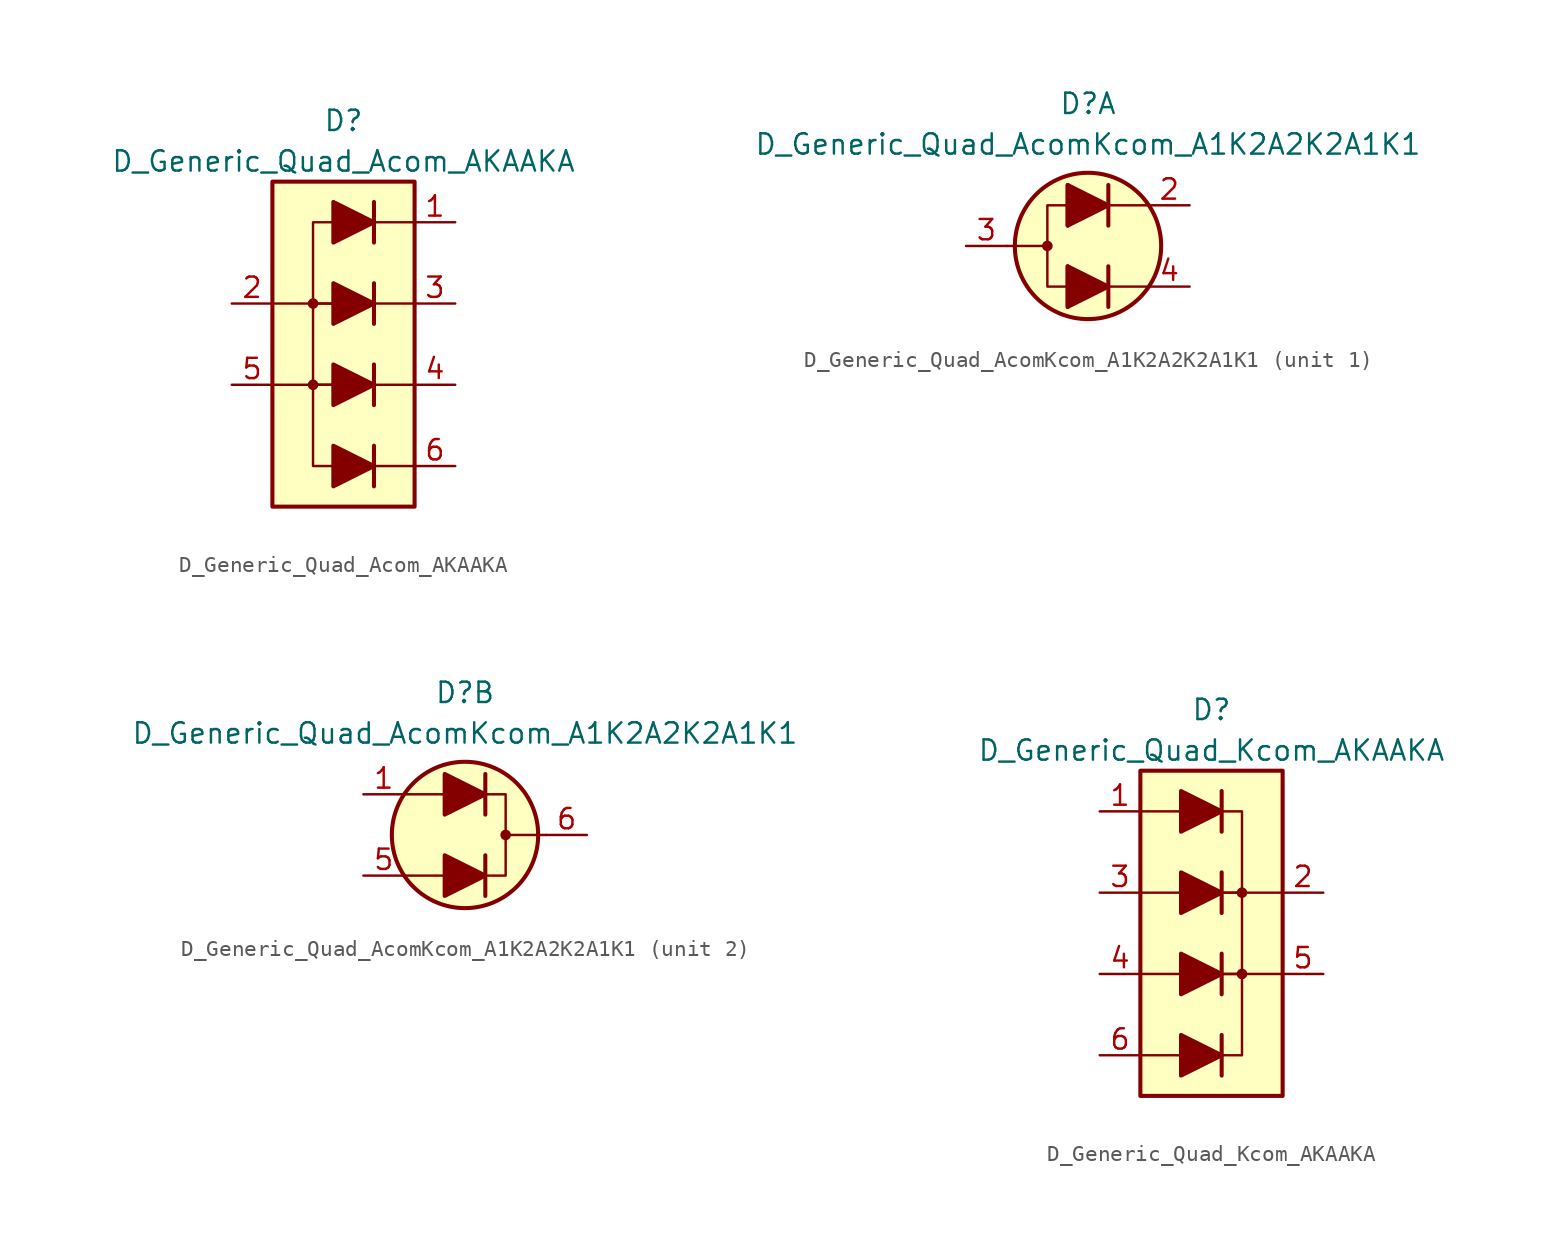
<source format=kicad_sym>
(kicad_symbol_lib
  (version 20211014)
  (generator kicad_symbol_editor)
  (symbol "D_Generic_Quad_Acom_AKAAKA"
    (pin_names
      (offset 1.016) hide)
    (property "Reference" "D"
      (at 0 13.97 0)
      (effects (font (size 1.27 1.27))))
    (property "Value" "D_Generic_Quad_Acom_AKAAKA"
      (at 0 11.43 0)
      (effects (font (size 1.27 1.27))))
    (symbol "D_Generic_Quad_Acom_AKAAKA_0_1"
      (polyline (pts (xy -4.445 2.54) (xy -1.905 2.54)) (stroke (width 0) (type default) (color 0 0 0 0)) (fill (type none)))
      (polyline (pts (xy 1.905 -2.54) (xy 4.445 -2.54)) (stroke (width 0) (type default) (color 0 0 0 0)) (fill (type none)))
      (polyline (pts (xy 1.905 -1.27) (xy 1.905 -3.81)) (stroke (width 0.254) (type default) (color 0 0 0 0)) (fill (type none)))
      (polyline (pts (xy 1.905 2.54) (xy 4.445 2.54)) (stroke (width 0) (type default) (color 0 0 0 0)) (fill (type none)))
      (polyline (pts (xy 1.905 3.81) (xy 1.905 1.27)) (stroke (width 0.254) (type default) (color 0 0 0 0)) (fill (type none)))
      (polyline (pts (xy -0.635 -2.54) (xy -1.905 -2.54) (xy -1.905 2.54) (xy -0.635 2.54)) (stroke (width 0) (type default) (color 0 0 0 0)) (fill (type none)))
      (rectangle (start 4.445 10.16) (end -4.445 -10.16) (stroke (width 0.254) (type default) (color 0 0 0 0)) (fill (type background))))
    (symbol "D_Generic_Quad_Acom_AKAAKA_1_1"
      (circle (center -1.905 -2.54) (radius 0.254) (stroke (width 0) (type default) (color 0 0 0 0)) (fill (type outline)))
      (circle (center -1.905 2.54) (radius 0.254) (stroke (width 0) (type default) (color 0 0 0 0)) (fill (type outline)))
      (polyline (pts (xy -4.445 -2.54) (xy -1.905 -2.54)) (stroke (width 0) (type default) (color 0 0 0 0)) (fill (type none)))
      (polyline (pts (xy -0.635 -7.62) (xy 1.905 -7.62)) (stroke (width 0) (type default) (color 0 0 0 0)) (fill (type none)))
      (polyline (pts (xy -0.635 -2.54) (xy 1.905 -2.54)) (stroke (width 0) (type default) (color 0 0 0 0)) (fill (type none)))
      (polyline (pts (xy -0.635 2.54) (xy 1.905 2.54)) (stroke (width 0) (type default) (color 0 0 0 0)) (fill (type none)))
      (polyline (pts (xy -0.635 7.62) (xy 1.905 7.62)) (stroke (width 0) (type default) (color 0 0 0 0)) (fill (type none)))
      (polyline (pts (xy 1.905 -7.62) (xy 4.445 -7.62)) (stroke (width 0) (type default) (color 0 0 0 0)) (fill (type none)))
      (polyline (pts (xy 1.905 -6.35) (xy 1.905 -8.89)) (stroke (width 0.254) (type default) (color 0 0 0 0)) (fill (type none)))
      (polyline (pts (xy 1.905 7.62) (xy 4.445 7.62)) (stroke (width 0) (type default) (color 0 0 0 0)) (fill (type none)))
      (polyline (pts (xy 1.905 8.89) (xy 1.905 6.35)) (stroke (width 0.254) (type default) (color 0 0 0 0)) (fill (type none)))
      (polyline (pts (xy -0.635 -7.62) (xy -1.905 -7.62) (xy -1.905 -2.54) (xy -0.635 -2.54)) (stroke (width 0) (type default) (color 0 0 0 0)) (fill (type none)))
      (polyline (pts (xy -0.635 -6.35) (xy -0.635 -8.89) (xy 1.905 -7.62) (xy -0.635 -6.35)) (stroke (width 0.254) (type default) (color 0 0 0 0)) (fill (type outline)))
      (polyline (pts (xy -0.635 -1.27) (xy -0.635 -3.81) (xy 1.905 -2.54) (xy -0.635 -1.27)) (stroke (width 0.254) (type default) (color 0 0 0 0)) (fill (type outline)))
      (polyline (pts (xy -0.635 2.54) (xy -1.905 2.54) (xy -1.905 7.62) (xy -0.635 7.62)) (stroke (width 0) (type default) (color 0 0 0 0)) (fill (type none)))
      (polyline (pts (xy -0.635 3.81) (xy -0.635 1.27) (xy 1.905 2.54) (xy -0.635 3.81)) (stroke (width 0.254) (type default) (color 0 0 0 0)) (fill (type outline)))
      (polyline (pts (xy -0.635 8.89) (xy -0.635 6.35) (xy 1.905 7.62) (xy -0.635 8.89)) (stroke (width 0.254) (type default) (color 0 0 0 0)) (fill (type outline)))
      (pin passive line (at 6.985 7.62 180) (length 2.54) (name "A1" (effects (font (size 1.27 1.27)))) (number "1" (effects (font (size 1.27 1.27)))))
      (pin passive line (at -6.985 2.54 0) (length 2.54) (name "K1" (effects (font (size 1.27 1.27)))) (number "2" (effects (font (size 1.27 1.27)))))
      (pin passive line (at 6.985 2.54 180) (length 2.54) (name "A2" (effects (font (size 1.27 1.27)))) (number "3" (effects (font (size 1.27 1.27)))))
      (pin passive line (at 6.985 -2.54 180) (length 2.54) (name "A3" (effects (font (size 1.27 1.27)))) (number "4" (effects (font (size 1.27 1.27)))))
      (pin passive line (at -6.985 -2.54 0) (length 2.54) (name "K2" (effects (font (size 1.27 1.27)))) (number "5" (effects (font (size 1.27 1.27)))))
      (pin passive line (at 6.985 -7.62 180) (length 2.54) (name "A4" (effects (font (size 1.27 1.27)))) (number "6" (effects (font (size 1.27 1.27)))))))
  (symbol "D_Generic_Quad_AcomKcom_A1K2A2K2A1K1"
    (pin_names
      (offset 1.016) hide)
    (property "Reference" "D"
      (at 0 8.89 0)
      (effects (font (size 1.27 1.27))))
    (property "Value" "D_Generic_Quad_AcomKcom_A1K2A2K2A1K1"
      (at 0 6.35 0)
      (effects (font (size 1.27 1.27))))
    (property "ki_locked" ""
      (at 0 0 0)
      (effects (font (size 1.27 1.27))))
    (symbol "D_Generic_Quad_AcomKcom_A1K2A2K2A1K1_1_1"
      (circle (center -2.54 0) (radius 0.254) (stroke (width 0) (type default) (color 0 0 0 0)) (fill (type outline)))
      (polyline (pts (xy -5.08 0) (xy -2.54 0)) (stroke (width 0) (type default) (color 0 0 0 0)) (fill (type none)))
      (polyline (pts (xy -1.27 -3.81) (xy -1.27 -1.27)) (stroke (width 0.254) (type default) (color 0 0 0 0)) (fill (type none)))
      (polyline (pts (xy -1.27 -2.54) (xy 1.27 -2.54)) (stroke (width 0) (type default) (color 0 0 0 0)) (fill (type none)))
      (polyline (pts (xy -1.27 1.27) (xy -1.27 3.81)) (stroke (width 0.254) (type default) (color 0 0 0 0)) (fill (type none)))
      (polyline (pts (xy -1.27 2.54) (xy 1.27 2.54)) (stroke (width 0) (type default) (color 0 0 0 0)) (fill (type none)))
      (polyline (pts (xy 1.27 -3.81) (xy 1.27 -1.27)) (stroke (width 0.254) (type default) (color 0 0 0 0)) (fill (type none)))
      (polyline (pts (xy 1.27 -2.54) (xy -1.27 -2.54)) (stroke (width 0) (type default) (color 0 0 0 0)) (fill (type none)))
      (polyline (pts (xy 1.27 -2.54) (xy 3.81 -2.54)) (stroke (width 0) (type default) (color 0 0 0 0)) (fill (type none)))
      (polyline (pts (xy 1.27 1.27) (xy 1.27 3.81)) (stroke (width 0.254) (type default) (color 0 0 0 0)) (fill (type none)))
      (polyline (pts (xy 1.27 2.54) (xy -1.27 2.54)) (stroke (width 0) (type default) (color 0 0 0 0)) (fill (type none)))
      (polyline (pts (xy 1.27 2.54) (xy 3.81 2.54)) (stroke (width 0) (type default) (color 0 0 0 0)) (fill (type none)))
      (polyline (pts (xy -1.27 -2.54) (xy -2.54 -2.54) (xy -2.54 2.54) (xy -1.27 2.54)) (stroke (width 0) (type default) (color 0 0 0 0)) (fill (type none)))
      (polyline (pts (xy -1.27 -1.27) (xy -1.27 -3.81) (xy 1.27 -2.54) (xy -1.27 -1.27)) (stroke (width 0.254) (type default) (color 0 0 0 0)) (fill (type outline)))
      (polyline (pts (xy -1.27 3.81) (xy -1.27 1.27) (xy 1.27 2.54) (xy -1.27 3.81)) (stroke (width 0.254) (type default) (color 0 0 0 0)) (fill (type outline)))
      (circle (center 0 0) (radius 4.572) (stroke (width 0.254) (type default) (color 0 0 0 0)) (fill (type background)))
      (pin passive line (at 6.35 2.54 180) (length 2.54) (name "K2" (effects (font (size 1.27 1.27)))) (number "2" (effects (font (size 1.27 1.27)))))
      (pin passive line (at -7.62 0 0) (length 2.54) (name "A2" (effects (font (size 1.27 1.27)))) (number "3" (effects (font (size 1.27 1.27)))))
      (pin passive line (at 6.35 -2.54 180) (length 2.54) (name "K2" (effects (font (size 1.27 1.27)))) (number "4" (effects (font (size 1.27 1.27))))))
    (symbol "D_Generic_Quad_AcomKcom_A1K2A2K2A1K1_2_1"
      (polyline (pts (xy -1.27 -2.54) (xy -3.81 -2.54)) (stroke (width 0) (type default) (color 0 0 0 0)) (fill (type none)))
      (polyline (pts (xy -1.27 -2.54) (xy 1.27 -2.54)) (stroke (width 0) (type default) (color 0 0 0 0)) (fill (type none)))
      (polyline (pts (xy -1.27 2.54) (xy -3.81 2.54)) (stroke (width 0) (type default) (color 0 0 0 0)) (fill (type none)))
      (polyline (pts (xy -1.27 2.54) (xy 1.27 2.54)) (stroke (width 0) (type default) (color 0 0 0 0)) (fill (type none)))
      (polyline (pts (xy 1.27 -3.81) (xy 1.27 -1.27)) (stroke (width 0.254) (type default) (color 0 0 0 0)) (fill (type none)))
      (polyline (pts (xy 1.27 1.27) (xy 1.27 3.81)) (stroke (width 0.254) (type default) (color 0 0 0 0)) (fill (type none)))
      (polyline (pts (xy 5.08 0) (xy 2.54 0)) (stroke (width 0) (type default) (color 0 0 0 0)) (fill (type none)))
      (polyline (pts (xy -1.27 -3.81) (xy -1.27 -1.27) (xy 1.27 -2.54) (xy -1.27 -3.81)) (stroke (width 0.254) (type default) (color 0 0 0 0)) (fill (type outline)))
      (polyline (pts (xy -1.27 1.27) (xy -1.27 3.81) (xy 1.27 2.54) (xy -1.27 1.27)) (stroke (width 0.254) (type default) (color 0 0 0 0)) (fill (type outline)))
      (polyline (pts (xy 1.27 -2.54) (xy 2.54 -2.54) (xy 2.54 2.54) (xy 1.27 2.54)) (stroke (width 0) (type default) (color 0 0 0 0)) (fill (type none)))
      (circle (center 0 0) (radius 4.572) (stroke (width 0.254) (type default) (color 0 0 0 0)) (fill (type background)))
      (circle (center 2.54 0) (radius 0.254) (stroke (width 0) (type default) (color 0 0 0 0)) (fill (type outline)))
      (pin passive line (at -6.35 2.54 0) (length 2.54) (name "A1" (effects (font (size 1.27 1.27)))) (number "1" (effects (font (size 1.27 1.27)))))
      (pin passive line (at -6.35 -2.54 0) (length 2.54) (name "A1" (effects (font (size 1.27 1.27)))) (number "5" (effects (font (size 1.27 1.27)))))
      (pin passive line (at 7.62 0 180) (length 2.54) (name "K1" (effects (font (size 1.27 1.27)))) (number "6" (effects (font (size 1.27 1.27)))))))
  (symbol "D_Generic_Quad_Kcom_AKAAKA"
    (pin_names
      (offset 1.016) hide)
    (property "Reference" "D"
      (at 0 13.97 0)
      (effects (font (size 1.27 1.27))))
    (property "Value" "D_Generic_Quad_Kcom_AKAAKA"
      (at 0 11.43 0)
      (effects (font (size 1.27 1.27))))
    (symbol "D_Generic_Quad_Kcom_AKAAKA_0_1"
      (rectangle (start -4.445 10.16) (end 4.445 -10.16) (stroke (width 0.254) (type default) (color 0 0 0 0)) (fill (type background)))
      (polyline (pts (xy -1.905 -2.54) (xy -4.445 -2.54)) (stroke (width 0) (type default) (color 0 0 0 0)) (fill (type none)))
      (polyline (pts (xy -1.905 2.54) (xy -4.445 2.54)) (stroke (width 0) (type default) (color 0 0 0 0)) (fill (type none)))
      (polyline (pts (xy 0.635 -3.81) (xy 0.635 -1.27)) (stroke (width 0.254) (type default) (color 0 0 0 0)) (fill (type none)))
      (polyline (pts (xy 0.635 1.27) (xy 0.635 3.81)) (stroke (width 0.254) (type default) (color 0 0 0 0)) (fill (type none)))
      (polyline (pts (xy 4.445 2.54) (xy 1.905 2.54)) (stroke (width 0) (type default) (color 0 0 0 0)) (fill (type none)))
      (polyline (pts (xy 0.635 -2.54) (xy 1.905 -2.54) (xy 1.905 2.54) (xy 0.635 2.54)) (stroke (width 0) (type default) (color 0 0 0 0)) (fill (type none))))
    (symbol "D_Generic_Quad_Kcom_AKAAKA_1_1"
      (polyline (pts (xy -1.905 -7.62) (xy -4.445 -7.62)) (stroke (width 0) (type default) (color 0 0 0 0)) (fill (type none)))
      (polyline (pts (xy -1.905 -7.62) (xy 0.635 -7.62)) (stroke (width 0) (type default) (color 0 0 0 0)) (fill (type none)))
      (polyline (pts (xy -1.905 -2.54) (xy 0.635 -2.54)) (stroke (width 0) (type default) (color 0 0 0 0)) (fill (type none)))
      (polyline (pts (xy -1.905 2.54) (xy 0.635 2.54)) (stroke (width 0) (type default) (color 0 0 0 0)) (fill (type none)))
      (polyline (pts (xy -1.905 7.62) (xy -4.445 7.62)) (stroke (width 0) (type default) (color 0 0 0 0)) (fill (type none)))
      (polyline (pts (xy -1.905 7.62) (xy 0.635 7.62)) (stroke (width 0) (type default) (color 0 0 0 0)) (fill (type none)))
      (polyline (pts (xy 0.635 -8.89) (xy 0.635 -6.35)) (stroke (width 0.254) (type default) (color 0 0 0 0)) (fill (type none)))
      (polyline (pts (xy 0.635 6.35) (xy 0.635 8.89)) (stroke (width 0.254) (type default) (color 0 0 0 0)) (fill (type none)))
      (polyline (pts (xy 4.445 -2.54) (xy 1.905 -2.54)) (stroke (width 0) (type default) (color 0 0 0 0)) (fill (type none)))
      (polyline (pts (xy -1.905 -8.89) (xy -1.905 -6.35) (xy 0.635 -7.62) (xy -1.905 -8.89)) (stroke (width 0.254) (type default) (color 0 0 0 0)) (fill (type outline)))
      (polyline (pts (xy -1.905 -3.81) (xy -1.905 -1.27) (xy 0.635 -2.54) (xy -1.905 -3.81)) (stroke (width 0.254) (type default) (color 0 0 0 0)) (fill (type outline)))
      (polyline (pts (xy -1.905 1.27) (xy -1.905 3.81) (xy 0.635 2.54) (xy -1.905 1.27)) (stroke (width 0.254) (type default) (color 0 0 0 0)) (fill (type outline)))
      (polyline (pts (xy -1.905 6.35) (xy -1.905 8.89) (xy 0.635 7.62) (xy -1.905 6.35)) (stroke (width 0.254) (type default) (color 0 0 0 0)) (fill (type outline)))
      (polyline (pts (xy 0.635 -7.62) (xy 1.905 -7.62) (xy 1.905 -2.54) (xy 0.635 -2.54)) (stroke (width 0) (type default) (color 0 0 0 0)) (fill (type none)))
      (polyline (pts (xy 0.635 2.54) (xy 1.905 2.54) (xy 1.905 7.62) (xy 0.635 7.62)) (stroke (width 0) (type default) (color 0 0 0 0)) (fill (type none)))
      (circle (center 1.905 -2.54) (radius 0.254) (stroke (width 0) (type default) (color 0 0 0 0)) (fill (type outline)))
      (circle (center 1.905 2.54) (radius 0.254) (stroke (width 0) (type default) (color 0 0 0 0)) (fill (type outline)))
      (pin passive line (at -6.985 7.62 0) (length 2.54) (name "A1" (effects (font (size 1.27 1.27)))) (number "1" (effects (font (size 1.27 1.27)))))
      (pin passive line (at 6.985 2.54 180) (length 2.54) (name "K1" (effects (font (size 1.27 1.27)))) (number "2" (effects (font (size 1.27 1.27)))))
      (pin passive line (at -6.985 2.54 0) (length 2.54) (name "A2" (effects (font (size 1.27 1.27)))) (number "3" (effects (font (size 1.27 1.27)))))
      (pin passive line (at -6.985 -2.54 0) (length 2.54) (name "A3" (effects (font (size 1.27 1.27)))) (number "4" (effects (font (size 1.27 1.27)))))
      (pin passive line (at 6.985 -2.54 180) (length 2.54) (name "K2" (effects (font (size 1.27 1.27)))) (number "5" (effects (font (size 1.27 1.27)))))
      (pin passive line (at -6.985 -7.62 0) (length 2.54) (name "A4" (effects (font (size 1.27 1.27)))) (number "6" (effects (font (size 1.27 1.27))))))))
</source>
